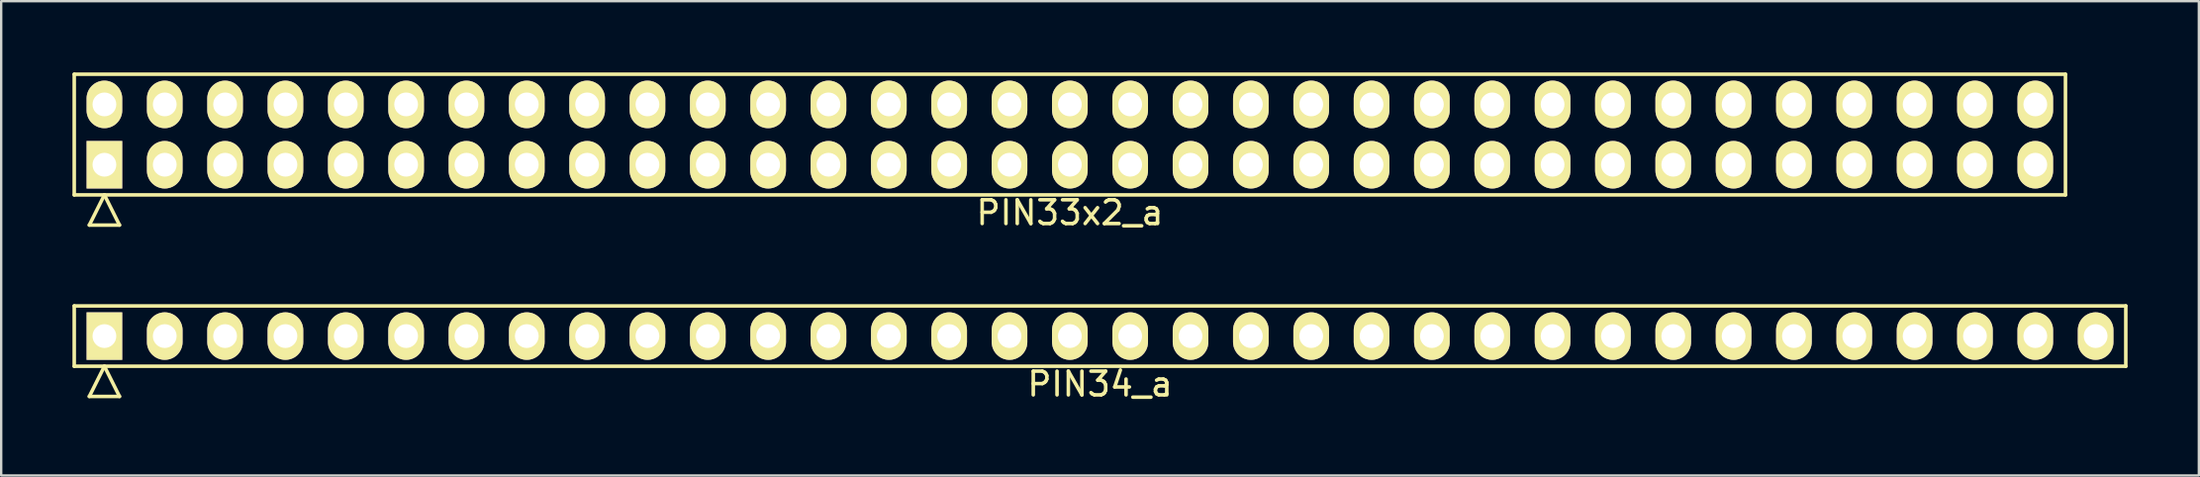
<source format=kicad_pcb>
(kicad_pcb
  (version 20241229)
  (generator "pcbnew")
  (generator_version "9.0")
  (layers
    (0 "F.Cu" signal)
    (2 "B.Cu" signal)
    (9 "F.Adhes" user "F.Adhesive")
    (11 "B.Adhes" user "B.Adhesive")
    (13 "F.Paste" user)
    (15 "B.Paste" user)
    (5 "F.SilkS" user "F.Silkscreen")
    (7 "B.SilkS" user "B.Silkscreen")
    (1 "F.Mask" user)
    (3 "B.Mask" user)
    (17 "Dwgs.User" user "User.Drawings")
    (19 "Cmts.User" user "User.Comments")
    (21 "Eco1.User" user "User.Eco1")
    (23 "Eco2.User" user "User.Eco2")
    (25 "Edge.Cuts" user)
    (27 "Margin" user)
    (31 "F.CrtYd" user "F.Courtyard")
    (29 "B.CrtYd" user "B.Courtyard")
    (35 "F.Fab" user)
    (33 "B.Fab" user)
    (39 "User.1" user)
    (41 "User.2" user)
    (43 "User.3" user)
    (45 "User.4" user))
  (footprint "PIN33x2_a"
    (layer "F.Cu")
    (at 41.985 2.615)
    (property "Reference" "PIN33x2_a" (at 0 3.29 0) (layer "F.SilkS") (effects (font (size 1 1) (thickness 0.15))))
    (attr through_hole)
    (fp_line (start -41.91 -2.54) (end -41.91 2.54) (stroke (width 0.15) (type solid)) (layer "F.SilkS"))
    (fp_line (start -41.91 2.54) (end 41.91 2.54) (stroke (width 0.15) (type solid)) (layer "F.SilkS"))
    (fp_line (start -41.275 3.81) (end -40.64 2.54) (stroke (width 0.15) (type solid)) (layer "F.SilkS"))
    (fp_line (start -41.275 3.81) (end -40.005 3.81) (stroke (width 0.15) (type solid)) (layer "F.SilkS"))
    (fp_line (start -40.005 3.81) (end -40.64 2.54) (stroke (width 0.15) (type solid)) (layer "F.SilkS"))
    (fp_line (start 41.91 -2.54) (end -41.91 -2.54) (stroke (width 0.15) (type solid)) (layer "F.SilkS"))
    (fp_line (start 41.91 2.54) (end 41.91 -2.54) (stroke (width 0.15) (type solid)) (layer "F.SilkS"))
    (pad "1" thru_hole rect (at -40.64 1.27) (size 1.5 2) (drill 1) (layers "*.Cu" "*.Mask" "F.SilkS"))
    (pad "2" thru_hole oval (at -40.64 -1.27) (size 1.5 2) (drill 1) (layers "*.Cu" "*.Mask" "F.SilkS"))
    (pad "3" thru_hole oval (at -38.1 1.27) (size 1.5 2) (drill 1) (layers "*.Cu" "*.Mask" "F.SilkS"))
    (pad "4" thru_hole oval (at -38.1 -1.27) (size 1.5 2) (drill 1) (layers "*.Cu" "*.Mask" "F.SilkS"))
    (pad "5" thru_hole oval (at -35.56 1.27) (size 1.5 2) (drill 1) (layers "*.Cu" "*.Mask" "F.SilkS"))
    (pad "6" thru_hole oval (at -35.56 -1.27) (size 1.5 2) (drill 1) (layers "*.Cu" "*.Mask" "F.SilkS"))
    (pad "7" thru_hole oval (at -33.02 1.27) (size 1.5 2) (drill 1) (layers "*.Cu" "*.Mask" "F.SilkS"))
    (pad "8" thru_hole oval (at -33.02 -1.27) (size 1.5 2) (drill 1) (layers "*.Cu" "*.Mask" "F.SilkS"))
    (pad "9" thru_hole oval (at -30.48 1.27) (size 1.5 2) (drill 1) (layers "*.Cu" "*.Mask" "F.SilkS"))
    (pad "10" thru_hole oval (at -30.48 -1.27) (size 1.5 2) (drill 1) (layers "*.Cu" "*.Mask" "F.SilkS"))
    (pad "11" thru_hole oval (at -27.94 1.27) (size 1.5 2) (drill 1) (layers "*.Cu" "*.Mask" "F.SilkS"))
    (pad "12" thru_hole oval (at -27.94 -1.27) (size 1.5 2) (drill 1) (layers "*.Cu" "*.Mask" "F.SilkS"))
    (pad "13" thru_hole oval (at -25.4 1.27) (size 1.5 2) (drill 1) (layers "*.Cu" "*.Mask" "F.SilkS"))
    (pad "14" thru_hole oval (at -25.4 -1.27) (size 1.5 2) (drill 1) (layers "*.Cu" "*.Mask" "F.SilkS"))
    (pad "15" thru_hole oval (at -22.86 1.27) (size 1.5 2) (drill 1) (layers "*.Cu" "*.Mask" "F.SilkS"))
    (pad "16" thru_hole oval (at -22.86 -1.27) (size 1.5 2) (drill 1) (layers "*.Cu" "*.Mask" "F.SilkS"))
    (pad "17" thru_hole oval (at -20.32 1.27) (size 1.5 2) (drill 1) (layers "*.Cu" "*.Mask" "F.SilkS"))
    (pad "18" thru_hole oval (at -20.32 -1.27) (size 1.5 2) (drill 1) (layers "*.Cu" "*.Mask" "F.SilkS"))
    (pad "19" thru_hole oval (at -17.78 1.27) (size 1.5 2) (drill 1) (layers "*.Cu" "*.Mask" "F.SilkS"))
    (pad "20" thru_hole oval (at -17.78 -1.27) (size 1.5 2) (drill 1) (layers "*.Cu" "*.Mask" "F.SilkS"))
    (pad "21" thru_hole oval (at -15.24 1.27) (size 1.5 2) (drill 1) (layers "*.Cu" "*.Mask" "F.SilkS"))
    (pad "22" thru_hole oval (at -15.24 -1.27) (size 1.5 2) (drill 1) (layers "*.Cu" "*.Mask" "F.SilkS"))
    (pad "23" thru_hole oval (at -12.7 1.27) (size 1.5 2) (drill 1) (layers "*.Cu" "*.Mask" "F.SilkS"))
    (pad "24" thru_hole oval (at -12.7 -1.27) (size 1.5 2) (drill 1) (layers "*.Cu" "*.Mask" "F.SilkS"))
    (pad "25" thru_hole oval (at -10.16 1.27) (size 1.5 2) (drill 1) (layers "*.Cu" "*.Mask" "F.SilkS"))
    (pad "26" thru_hole oval (at -10.16 -1.27) (size 1.5 2) (drill 1) (layers "*.Cu" "*.Mask" "F.SilkS"))
    (pad "27" thru_hole oval (at -7.62 1.27) (size 1.5 2) (drill 1) (layers "*.Cu" "*.Mask" "F.SilkS"))
    (pad "28" thru_hole oval (at -7.62 -1.27) (size 1.5 2) (drill 1) (layers "*.Cu" "*.Mask" "F.SilkS"))
    (pad "29" thru_hole oval (at -5.08 1.27) (size 1.5 2) (drill 1) (layers "*.Cu" "*.Mask" "F.SilkS"))
    (pad "30" thru_hole oval (at -5.08 -1.27) (size 1.5 2) (drill 1) (layers "*.Cu" "*.Mask" "F.SilkS"))
    (pad "31" thru_hole oval (at -2.54 1.27) (size 1.5 2) (drill 1) (layers "*.Cu" "*.Mask" "F.SilkS"))
    (pad "32" thru_hole oval (at -2.54 -1.27) (size 1.5 2) (drill 1) (layers "*.Cu" "*.Mask" "F.SilkS"))
    (pad "33" thru_hole oval (at 0 1.27) (size 1.5 2) (drill 1) (layers "*.Cu" "*.Mask" "F.SilkS"))
    (pad "34" thru_hole oval (at 0 -1.27) (size 1.5 2) (drill 1) (layers "*.Cu" "*.Mask" "F.SilkS"))
    (pad "35" thru_hole oval (at 2.54 1.27) (size 1.5 2) (drill 1) (layers "*.Cu" "*.Mask" "F.SilkS"))
    (pad "36" thru_hole oval (at 2.54 -1.27) (size 1.5 2) (drill 1) (layers "*.Cu" "*.Mask" "F.SilkS"))
    (pad "37" thru_hole oval (at 5.08 1.27) (size 1.5 2) (drill 1) (layers "*.Cu" "*.Mask" "F.SilkS"))
    (pad "38" thru_hole oval (at 5.08 -1.27) (size 1.5 2) (drill 1) (layers "*.Cu" "*.Mask" "F.SilkS"))
    (pad "39" thru_hole oval (at 7.62 1.27) (size 1.5 2) (drill 1) (layers "*.Cu" "*.Mask" "F.SilkS"))
    (pad "40" thru_hole oval (at 7.62 -1.27) (size 1.5 2) (drill 1) (layers "*.Cu" "*.Mask" "F.SilkS"))
    (pad "41" thru_hole oval (at 10.16 1.27) (size 1.5 2) (drill 1) (layers "*.Cu" "*.Mask" "F.SilkS"))
    (pad "42" thru_hole oval (at 10.16 -1.27) (size 1.5 2) (drill 1) (layers "*.Cu" "*.Mask" "F.SilkS"))
    (pad "43" thru_hole oval (at 12.7 1.27) (size 1.5 2) (drill 1) (layers "*.Cu" "*.Mask" "F.SilkS"))
    (pad "44" thru_hole oval (at 12.7 -1.27) (size 1.5 2) (drill 1) (layers "*.Cu" "*.Mask" "F.SilkS"))
    (pad "45" thru_hole oval (at 15.24 1.27) (size 1.5 2) (drill 1) (layers "*.Cu" "*.Mask" "F.SilkS"))
    (pad "46" thru_hole oval (at 15.24 -1.27) (size 1.5 2) (drill 1) (layers "*.Cu" "*.Mask" "F.SilkS"))
    (pad "47" thru_hole oval (at 17.78 1.27) (size 1.5 2) (drill 1) (layers "*.Cu" "*.Mask" "F.SilkS"))
    (pad "48" thru_hole oval (at 17.78 -1.27) (size 1.5 2) (drill 1) (layers "*.Cu" "*.Mask" "F.SilkS"))
    (pad "49" thru_hole oval (at 20.32 1.27) (size 1.5 2) (drill 1) (layers "*.Cu" "*.Mask" "F.SilkS"))
    (pad "50" thru_hole oval (at 20.32 -1.27) (size 1.5 2) (drill 1) (layers "*.Cu" "*.Mask" "F.SilkS"))
    (pad "51" thru_hole oval (at 22.86 1.27) (size 1.5 2) (drill 1) (layers "*.Cu" "*.Mask" "F.SilkS"))
    (pad "52" thru_hole oval (at 22.86 -1.27) (size 1.5 2) (drill 1) (layers "*.Cu" "*.Mask" "F.SilkS"))
    (pad "53" thru_hole oval (at 25.4 1.27) (size 1.5 2) (drill 1) (layers "*.Cu" "*.Mask" "F.SilkS"))
    (pad "54" thru_hole oval (at 25.4 -1.27) (size 1.5 2) (drill 1) (layers "*.Cu" "*.Mask" "F.SilkS"))
    (pad "55" thru_hole oval (at 27.94 1.27) (size 1.5 2) (drill 1) (layers "*.Cu" "*.Mask" "F.SilkS"))
    (pad "56" thru_hole oval (at 27.94 -1.27) (size 1.5 2) (drill 1) (layers "*.Cu" "*.Mask" "F.SilkS"))
    (pad "57" thru_hole oval (at 30.48 1.27) (size 1.5 2) (drill 1) (layers "*.Cu" "*.Mask" "F.SilkS"))
    (pad "58" thru_hole oval (at 30.48 -1.27) (size 1.5 2) (drill 1) (layers "*.Cu" "*.Mask" "F.SilkS"))
    (pad "59" thru_hole oval (at 33.02 1.27) (size 1.5 2) (drill 1) (layers "*.Cu" "*.Mask" "F.SilkS"))
    (pad "60" thru_hole oval (at 33.02 -1.27) (size 1.5 2) (drill 1) (layers "*.Cu" "*.Mask" "F.SilkS"))
    (pad "61" thru_hole oval (at 35.56 1.27) (size 1.5 2) (drill 1) (layers "*.Cu" "*.Mask" "F.SilkS"))
    (pad "62" thru_hole oval (at 35.56 -1.27) (size 1.5 2) (drill 1) (layers "*.Cu" "*.Mask" "F.SilkS"))
    (pad "63" thru_hole oval (at 38.1 1.27) (size 1.5 2) (drill 1) (layers "*.Cu" "*.Mask" "F.SilkS"))
    (pad "64" thru_hole oval (at 38.1 -1.27) (size 1.5 2) (drill 1) (layers "*.Cu" "*.Mask" "F.SilkS"))
    (pad "65" thru_hole oval (at 40.64 1.27) (size 1.5 2) (drill 1) (layers "*.Cu" "*.Mask" "F.SilkS"))
    (pad "66" thru_hole oval (at 40.64 -1.27) (size 1.5 2) (drill 1) (layers "*.Cu" "*.Mask" "F.SilkS")))
  (footprint "PIN34_a"
    (layer "F.Cu")
    (at 43.255 11.098)
    (property "Reference" "PIN34_a" (at 0 2.02 0) (layer "F.SilkS") (effects (font (size 1 1) (thickness 0.15))))
    (attr through_hole)
    (fp_line (start -43.18 -1.27) (end -43.18 1.27) (stroke (width 0.15) (type solid)) (layer "F.SilkS"))
    (fp_line (start -43.18 1.27) (end 43.18 1.27) (stroke (width 0.15) (type solid)) (layer "F.SilkS"))
    (fp_line (start -42.545 2.54) (end -41.91 1.27) (stroke (width 0.15) (type solid)) (layer "F.SilkS"))
    (fp_line (start -42.545 2.54) (end -41.275 2.54) (stroke (width 0.15) (type solid)) (layer "F.SilkS"))
    (fp_line (start -41.275 2.54) (end -41.91 1.27) (stroke (width 0.15) (type solid)) (layer "F.SilkS"))
    (fp_line (start 43.18 -1.27) (end -43.18 -1.27) (stroke (width 0.15) (type solid)) (layer "F.SilkS"))
    (fp_line (start 43.18 1.27) (end 43.18 -1.27) (stroke (width 0.15) (type solid)) (layer "F.SilkS"))
    (pad "1" thru_hole rect (at -41.91 0) (size 1.5 2) (drill 1) (layers "*.Cu" "*.Mask" "F.SilkS"))
    (pad "2" thru_hole oval (at -39.37 0) (size 1.5 2) (drill 1) (layers "*.Cu" "*.Mask" "F.SilkS"))
    (pad "3" thru_hole oval (at -36.83 0) (size 1.5 2) (drill 1) (layers "*.Cu" "*.Mask" "F.SilkS"))
    (pad "4" thru_hole oval (at -34.29 0) (size 1.5 2) (drill 1) (layers "*.Cu" "*.Mask" "F.SilkS"))
    (pad "5" thru_hole oval (at -31.75 0) (size 1.5 2) (drill 1) (layers "*.Cu" "*.Mask" "F.SilkS"))
    (pad "6" thru_hole oval (at -29.21 0) (size 1.5 2) (drill 1) (layers "*.Cu" "*.Mask" "F.SilkS"))
    (pad "7" thru_hole oval (at -26.67 0) (size 1.5 2) (drill 1) (layers "*.Cu" "*.Mask" "F.SilkS"))
    (pad "8" thru_hole oval (at -24.13 0) (size 1.5 2) (drill 1) (layers "*.Cu" "*.Mask" "F.SilkS"))
    (pad "9" thru_hole oval (at -21.59 0) (size 1.5 2) (drill 1) (layers "*.Cu" "*.Mask" "F.SilkS"))
    (pad "10" thru_hole oval (at -19.05 0) (size 1.5 2) (drill 1) (layers "*.Cu" "*.Mask" "F.SilkS"))
    (pad "11" thru_hole oval (at -16.51 0) (size 1.5 2) (drill 1) (layers "*.Cu" "*.Mask" "F.SilkS"))
    (pad "12" thru_hole oval (at -13.97 0) (size 1.5 2) (drill 1) (layers "*.Cu" "*.Mask" "F.SilkS"))
    (pad "13" thru_hole oval (at -11.43 0) (size 1.5 2) (drill 1) (layers "*.Cu" "*.Mask" "F.SilkS"))
    (pad "14" thru_hole oval (at -8.89 0) (size 1.5 2) (drill 1) (layers "*.Cu" "*.Mask" "F.SilkS"))
    (pad "15" thru_hole oval (at -6.35 0) (size 1.5 2) (drill 1) (layers "*.Cu" "*.Mask" "F.SilkS"))
    (pad "16" thru_hole oval (at -3.81 0) (size 1.5 2) (drill 1) (layers "*.Cu" "*.Mask" "F.SilkS"))
    (pad "17" thru_hole oval (at -1.27 0) (size 1.5 2) (drill 1) (layers "*.Cu" "*.Mask" "F.SilkS"))
    (pad "18" thru_hole oval (at 1.27 0) (size 1.5 2) (drill 1) (layers "*.Cu" "*.Mask" "F.SilkS"))
    (pad "19" thru_hole oval (at 3.81 0) (size 1.5 2) (drill 1) (layers "*.Cu" "*.Mask" "F.SilkS"))
    (pad "20" thru_hole oval (at 6.35 0) (size 1.5 2) (drill 1) (layers "*.Cu" "*.Mask" "F.SilkS"))
    (pad "21" thru_hole oval (at 8.89 0) (size 1.5 2) (drill 1) (layers "*.Cu" "*.Mask" "F.SilkS"))
    (pad "22" thru_hole oval (at 11.43 0) (size 1.5 2) (drill 1) (layers "*.Cu" "*.Mask" "F.SilkS"))
    (pad "23" thru_hole oval (at 13.97 0) (size 1.5 2) (drill 1) (layers "*.Cu" "*.Mask" "F.SilkS"))
    (pad "24" thru_hole oval (at 16.51 0) (size 1.5 2) (drill 1) (layers "*.Cu" "*.Mask" "F.SilkS"))
    (pad "25" thru_hole oval (at 19.05 0) (size 1.5 2) (drill 1) (layers "*.Cu" "*.Mask" "F.SilkS"))
    (pad "26" thru_hole oval (at 21.59 0) (size 1.5 2) (drill 1) (layers "*.Cu" "*.Mask" "F.SilkS"))
    (pad "27" thru_hole oval (at 24.13 0) (size 1.5 2) (drill 1) (layers "*.Cu" "*.Mask" "F.SilkS"))
    (pad "28" thru_hole oval (at 26.67 0) (size 1.5 2) (drill 1) (layers "*.Cu" "*.Mask" "F.SilkS"))
    (pad "29" thru_hole oval (at 29.21 0) (size 1.5 2) (drill 1) (layers "*.Cu" "*.Mask" "F.SilkS"))
    (pad "30" thru_hole oval (at 31.75 0) (size 1.5 2) (drill 1) (layers "*.Cu" "*.Mask" "F.SilkS"))
    (pad "31" thru_hole oval (at 34.29 0) (size 1.5 2) (drill 1) (layers "*.Cu" "*.Mask" "F.SilkS"))
    (pad "32" thru_hole oval (at 36.83 0) (size 1.5 2) (drill 1) (layers "*.Cu" "*.Mask" "F.SilkS"))
    (pad "33" thru_hole oval (at 39.37 0) (size 1.5 2) (drill 1) (layers "*.Cu" "*.Mask" "F.SilkS"))
    (pad "34" thru_hole oval (at 41.91 0) (size 1.5 2) (drill 1) (layers "*.Cu" "*.Mask" "F.SilkS")))
  (gr_rect
    (start -3 -3)
    (end 89.51 16.966)
    (stroke (width 0.1) (type default))
    (fill no)
    (layer "Edge.Cuts")))
</source>
